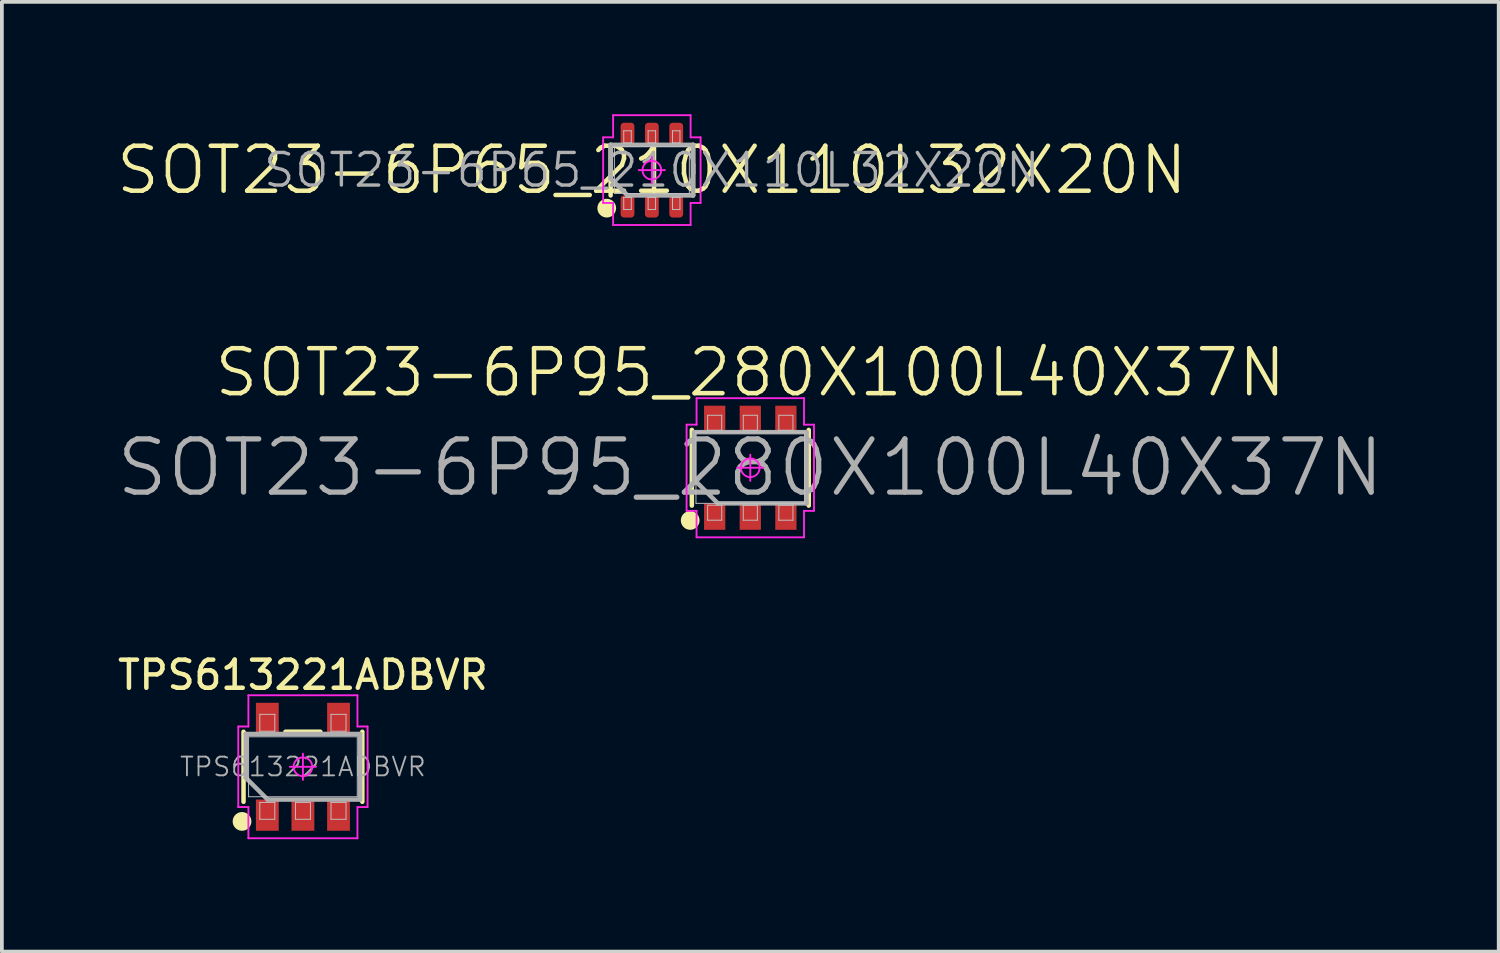
<source format=kicad_pcb>
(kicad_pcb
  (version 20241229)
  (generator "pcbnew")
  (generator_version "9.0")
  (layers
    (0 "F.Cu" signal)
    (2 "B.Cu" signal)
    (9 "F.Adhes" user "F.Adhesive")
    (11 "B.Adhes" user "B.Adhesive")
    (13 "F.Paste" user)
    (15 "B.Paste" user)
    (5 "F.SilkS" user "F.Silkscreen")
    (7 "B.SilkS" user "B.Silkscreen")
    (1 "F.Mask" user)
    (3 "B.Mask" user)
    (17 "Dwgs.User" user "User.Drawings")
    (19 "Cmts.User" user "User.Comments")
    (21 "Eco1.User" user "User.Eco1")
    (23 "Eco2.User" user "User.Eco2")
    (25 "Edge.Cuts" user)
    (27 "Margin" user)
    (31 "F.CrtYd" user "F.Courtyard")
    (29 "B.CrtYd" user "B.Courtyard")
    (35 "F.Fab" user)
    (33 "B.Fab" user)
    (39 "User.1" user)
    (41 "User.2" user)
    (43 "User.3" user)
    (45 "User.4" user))
  (footprint "TPS613221ADBVR"
    (layer "F.Cu")
    (at 5.034 17.413)
    (property "Reference" "TPS613221ADBVR" (at 0 -2.45 0) (layer "F.SilkS") (effects (font (size 0.75 0.75) (thickness 0.12))))
    (attr smd)
    (fp_line (start -1.585 0.935) (end -1.585 -0.935) (stroke (width 0.12) (type solid)) (layer "F.SilkS"))
    (fp_line (start 0.466 -0.935) (end -0.466 -0.935) (stroke (width 0.12) (type solid)) (layer "F.SilkS"))
    (fp_line (start 1.585 -0.935) (end 1.585 0.935) (stroke (width 0.12) (type solid)) (layer "F.SilkS"))
    (fp_circle (center -1.625 1.458) (end -1.625 1.583) (stroke (width 0.25) (type solid)) (fill no) (layer "F.SilkS"))
    (fp_line (start -1.45 -0.8) (end 1.45 -0.8) (stroke (width 0.025) (type solid)) (layer "Dwgs.User"))
    (fp_line (start -1.45 0.8) (end -1.45 -0.8) (stroke (width 0.025) (type solid)) (layer "Dwgs.User"))
    (fp_line (start -1.15 -1.4) (end -0.75 -1.4) (stroke (width 0.025) (type solid)) (layer "Dwgs.User"))
    (fp_line (start -1.15 -0.95) (end -1.15 -1.4) (stroke (width 0.025) (type solid)) (layer "Dwgs.User"))
    (fp_line (start -1.15 0.95) (end -0.75 0.95) (stroke (width 0.025) (type solid)) (layer "Dwgs.User"))
    (fp_line (start -1.15 1.4) (end -1.15 0.95) (stroke (width 0.025) (type solid)) (layer "Dwgs.User"))
    (fp_line (start -0.75 -1.4) (end -0.75 -0.95) (stroke (width 0.025) (type solid)) (layer "Dwgs.User"))
    (fp_line (start -0.75 -0.95) (end -1.15 -0.95) (stroke (width 0.025) (type solid)) (layer "Dwgs.User"))
    (fp_line (start -0.75 0.95) (end -0.75 1.4) (stroke (width 0.025) (type solid)) (layer "Dwgs.User"))
    (fp_line (start -0.75 1.4) (end -1.15 1.4) (stroke (width 0.025) (type solid)) (layer "Dwgs.User"))
    (fp_line (start -0.2 0.95) (end 0.2 0.95) (stroke (width 0.025) (type solid)) (layer "Dwgs.User"))
    (fp_line (start -0.2 1.4) (end -0.2 0.95) (stroke (width 0.025) (type solid)) (layer "Dwgs.User"))
    (fp_line (start 0.2 0.95) (end 0.2 1.4) (stroke (width 0.025) (type solid)) (layer "Dwgs.User"))
    (fp_line (start 0.2 1.4) (end -0.2 1.4) (stroke (width 0.025) (type solid)) (layer "Dwgs.User"))
    (fp_line (start 0.75 -1.4) (end 1.15 -1.4) (stroke (width 0.025) (type solid)) (layer "Dwgs.User"))
    (fp_line (start 0.75 -0.95) (end 0.75 -1.4) (stroke (width 0.025) (type solid)) (layer "Dwgs.User"))
    (fp_line (start 0.75 0.95) (end 1.15 0.95) (stroke (width 0.025) (type solid)) (layer "Dwgs.User"))
    (fp_line (start 0.75 1.4) (end 0.75 0.95) (stroke (width 0.025) (type solid)) (layer "Dwgs.User"))
    (fp_line (start 1.15 -1.4) (end 1.15 -0.95) (stroke (width 0.025) (type solid)) (layer "Dwgs.User"))
    (fp_line (start 1.15 -0.95) (end 0.75 -0.95) (stroke (width 0.025) (type solid)) (layer "Dwgs.User"))
    (fp_line (start 1.15 0.95) (end 1.15 1.4) (stroke (width 0.025) (type solid)) (layer "Dwgs.User"))
    (fp_line (start 1.15 1.4) (end 0.75 1.4) (stroke (width 0.025) (type solid)) (layer "Dwgs.User"))
    (fp_line (start 1.45 -0.8) (end 1.45 0.8) (stroke (width 0.025) (type solid)) (layer "Dwgs.User"))
    (fp_line (start 1.45 0.8) (end -1.45 0.8) (stroke (width 0.025) (type solid)) (layer "Dwgs.User"))
    (fp_line (start -1.725 -1.075) (end -1.725 1.075) (stroke (width 0.05) (type solid)) (layer "F.CrtYd"))
    (fp_line (start -1.725 1.075) (end -1.455 1.075) (stroke (width 0.05) (type solid)) (layer "F.CrtYd"))
    (fp_line (start -1.455 -1.908) (end -1.455 -1.075) (stroke (width 0.05) (type solid)) (layer "F.CrtYd"))
    (fp_line (start -1.455 -1.075) (end -1.725 -1.075) (stroke (width 0.05) (type solid)) (layer "F.CrtYd"))
    (fp_line (start -1.455 1.075) (end -1.455 1.908) (stroke (width 0.05) (type solid)) (layer "F.CrtYd"))
    (fp_line (start -1.455 1.908) (end 1.455 1.908) (stroke (width 0.05) (type solid)) (layer "F.CrtYd"))
    (fp_line (start -0.35 0) (end 0.35 0) (stroke (width 0.05) (type solid)) (layer "F.CrtYd"))
    (fp_line (start 0 -0.35) (end 0 0.35) (stroke (width 0.05) (type solid)) (layer "F.CrtYd"))
    (fp_line (start 1.455 -1.908) (end -1.455 -1.908) (stroke (width 0.05) (type solid)) (layer "F.CrtYd"))
    (fp_line (start 1.455 -1.075) (end 1.455 -1.908) (stroke (width 0.05) (type solid)) (layer "F.CrtYd"))
    (fp_line (start 1.455 1.075) (end 1.725 1.075) (stroke (width 0.05) (type solid)) (layer "F.CrtYd"))
    (fp_line (start 1.455 1.908) (end 1.455 1.075) (stroke (width 0.05) (type solid)) (layer "F.CrtYd"))
    (fp_line (start 1.725 -1.075) (end 1.455 -1.075) (stroke (width 0.05) (type solid)) (layer "F.CrtYd"))
    (fp_line (start 1.725 1.075) (end 1.725 -1.075) (stroke (width 0.05) (type solid)) (layer "F.CrtYd"))
    (fp_circle (center 0 0) (end 0 0.25) (stroke (width 0.05) (type solid)) (fill no) (layer "F.CrtYd"))
    (fp_line (start -1.525 -0.875) (end 1.525 -0.875) (stroke (width 0.12) (type solid)) (layer "F.Fab"))
    (fp_line (start -1.525 0.292) (end -1.525 -0.875) (stroke (width 0.12) (type solid)) (layer "F.Fab"))
    (fp_line (start -0.942 0.875) (end -1.525 0.292) (stroke (width 0.12) (type solid)) (layer "F.Fab"))
    (fp_line (start 1.525 -0.875) (end 1.525 0.875) (stroke (width 0.12) (type solid)) (layer "F.Fab"))
    (fp_line (start 1.525 0.875) (end -0.942 0.875) (stroke (width 0.12) (type solid)) (layer "F.Fab"))
    (fp_text user "${REFERENCE}" (at 0 0 0) (layer "F.Fab") (effects (font (size 0.5 0.5) (thickness 0.05))))
    (pad "1" smd rect (at -0.95 1.291 90) (size 0.833 0.609) (layers "F.Cu" "F.Mask" "F.Paste"))
    (pad "2" smd rect (at 0 1.291 90) (size 0.833 0.609) (layers "F.Cu" "F.Mask" "F.Paste"))
    (pad "3" smd rect (at 0.95 1.291 90) (size 0.833 0.609) (layers "F.Cu" "F.Mask" "F.Paste"))
    (pad "4" smd rect (at 0.95 -1.291 90) (size 0.833 0.609) (layers "F.Cu" "F.Mask" "F.Paste"))
    (pad "5" smd rect (at -0.95 -1.291 90) (size 0.833 0.609) (layers "F.Cu" "F.Mask" "F.Paste")))
  (footprint "SOT23-6P65_210X110L32X20N"
    (layer "F.Cu")
    (at 14.346 1.49)
    (property "Reference" "SOT23-6P65_210X110L32X20N" (at 0 0 0) (layer "F.SilkS") (effects (font (size 1.2 1.2) (thickness 0.12))))
    (attr smd)
    (fp_line (start -1.1 0.675) (end -1.1 -0.675) (stroke (width 0.12) (type solid)) (layer "F.SilkS"))
    (fp_line (start 1.1 -0.675) (end 1.1 0.675) (stroke (width 0.12) (type solid)) (layer "F.SilkS"))
    (fp_circle (center -1.204 1.015) (end -1.204 1.14) (stroke (width 0.25) (type solid)) (fill no) (layer "F.SilkS"))
    (fp_line (start -1 -0.625) (end 1 -0.625) (stroke (width 0.025) (type solid)) (layer "Dwgs.User"))
    (fp_line (start -1 0.625) (end -1 -0.625) (stroke (width 0.025) (type solid)) (layer "Dwgs.User"))
    (fp_line (start -0.75 -1.05) (end -0.55 -1.05) (stroke (width 0.025) (type solid)) (layer "Dwgs.User"))
    (fp_line (start -0.75 -0.726) (end -0.75 -1.05) (stroke (width 0.025) (type solid)) (layer "Dwgs.User"))
    (fp_line (start -0.75 0.726) (end -0.55 0.726) (stroke (width 0.025) (type solid)) (layer "Dwgs.User"))
    (fp_line (start -0.75 1.05) (end -0.75 0.726) (stroke (width 0.025) (type solid)) (layer "Dwgs.User"))
    (fp_line (start -0.55 -1.05) (end -0.55 -0.726) (stroke (width 0.025) (type solid)) (layer "Dwgs.User"))
    (fp_line (start -0.55 -0.726) (end -0.75 -0.726) (stroke (width 0.025) (type solid)) (layer "Dwgs.User"))
    (fp_line (start -0.55 0.726) (end -0.55 1.05) (stroke (width 0.025) (type solid)) (layer "Dwgs.User"))
    (fp_line (start -0.55 1.05) (end -0.75 1.05) (stroke (width 0.025) (type solid)) (layer "Dwgs.User"))
    (fp_line (start -0.1 -1.05) (end 0.1 -1.05) (stroke (width 0.025) (type solid)) (layer "Dwgs.User"))
    (fp_line (start -0.1 -0.726) (end -0.1 -1.05) (stroke (width 0.025) (type solid)) (layer "Dwgs.User"))
    (fp_line (start -0.1 0.726) (end 0.1 0.726) (stroke (width 0.025) (type solid)) (layer "Dwgs.User"))
    (fp_line (start -0.1 1.05) (end -0.1 0.726) (stroke (width 0.025) (type solid)) (layer "Dwgs.User"))
    (fp_line (start 0.1 -1.05) (end 0.1 -0.726) (stroke (width 0.025) (type solid)) (layer "Dwgs.User"))
    (fp_line (start 0.1 -0.726) (end -0.1 -0.726) (stroke (width 0.025) (type solid)) (layer "Dwgs.User"))
    (fp_line (start 0.1 0.726) (end 0.1 1.05) (stroke (width 0.025) (type solid)) (layer "Dwgs.User"))
    (fp_line (start 0.1 1.05) (end -0.1 1.05) (stroke (width 0.025) (type solid)) (layer "Dwgs.User"))
    (fp_line (start 0.55 -1.05) (end 0.75 -1.05) (stroke (width 0.025) (type solid)) (layer "Dwgs.User"))
    (fp_line (start 0.55 -0.726) (end 0.55 -1.05) (stroke (width 0.025) (type solid)) (layer "Dwgs.User"))
    (fp_line (start 0.55 0.726) (end 0.75 0.726) (stroke (width 0.025) (type solid)) (layer "Dwgs.User"))
    (fp_line (start 0.55 1.05) (end 0.55 0.726) (stroke (width 0.025) (type solid)) (layer "Dwgs.User"))
    (fp_line (start 0.75 -1.05) (end 0.75 -0.726) (stroke (width 0.025) (type solid)) (layer "Dwgs.User"))
    (fp_line (start 0.75 -0.726) (end 0.55 -0.726) (stroke (width 0.025) (type solid)) (layer "Dwgs.User"))
    (fp_line (start 0.75 0.726) (end 0.75 1.05) (stroke (width 0.025) (type solid)) (layer "Dwgs.User"))
    (fp_line (start 0.75 1.05) (end 0.55 1.05) (stroke (width 0.025) (type solid)) (layer "Dwgs.User"))
    (fp_line (start 1 -0.625) (end 1 0.625) (stroke (width 0.025) (type solid)) (layer "Dwgs.User"))
    (fp_line (start 1 0.625) (end -1 0.625) (stroke (width 0.025) (type solid)) (layer "Dwgs.User"))
    (fp_line (start -1.3 -0.875) (end -1.3 0.875) (stroke (width 0.05) (type solid)) (layer "F.CrtYd"))
    (fp_line (start -1.3 0.875) (end -1.034 0.875) (stroke (width 0.05) (type solid)) (layer "F.CrtYd"))
    (fp_line (start -1.034 -1.465) (end -1.034 -0.875) (stroke (width 0.05) (type solid)) (layer "F.CrtYd"))
    (fp_line (start -1.034 -0.875) (end -1.3 -0.875) (stroke (width 0.05) (type solid)) (layer "F.CrtYd"))
    (fp_line (start -1.034 0.875) (end -1.034 1.465) (stroke (width 0.05) (type solid)) (layer "F.CrtYd"))
    (fp_line (start -1.034 1.465) (end 1.034 1.465) (stroke (width 0.05) (type solid)) (layer "F.CrtYd"))
    (fp_line (start -0.35 0) (end 0.35 0) (stroke (width 0.05) (type solid)) (layer "F.CrtYd"))
    (fp_line (start 0 -0.35) (end 0 0.35) (stroke (width 0.05) (type solid)) (layer "F.CrtYd"))
    (fp_line (start 1.034 -1.465) (end -1.034 -1.465) (stroke (width 0.05) (type solid)) (layer "F.CrtYd"))
    (fp_line (start 1.034 -0.875) (end 1.034 -1.465) (stroke (width 0.05) (type solid)) (layer "F.CrtYd"))
    (fp_line (start 1.034 0.875) (end 1.3 0.875) (stroke (width 0.05) (type solid)) (layer "F.CrtYd"))
    (fp_line (start 1.034 1.465) (end 1.034 0.875) (stroke (width 0.05) (type solid)) (layer "F.CrtYd"))
    (fp_line (start 1.3 -0.875) (end 1.034 -0.875) (stroke (width 0.05) (type solid)) (layer "F.CrtYd"))
    (fp_line (start 1.3 0.875) (end 1.3 -0.875) (stroke (width 0.05) (type solid)) (layer "F.CrtYd"))
    (fp_circle (center 0 0) (end 0 0.25) (stroke (width 0.05) (type solid)) (fill no) (layer "F.CrtYd"))
    (fp_line (start -1.1 -0.675) (end 1.1 -0.675) (stroke (width 0.12) (type solid)) (layer "F.Fab"))
    (fp_line (start -1.1 0.225) (end -1.1 -0.675) (stroke (width 0.12) (type solid)) (layer "F.Fab"))
    (fp_line (start -0.65 0.675) (end -1.1 0.225) (stroke (width 0.12) (type solid)) (layer "F.Fab"))
    (fp_line (start 1.1 -0.675) (end 1.1 0.675) (stroke (width 0.12) (type solid)) (layer "F.Fab"))
    (fp_line (start 1.1 0.675) (end -0.65 0.675) (stroke (width 0.12) (type solid)) (layer "F.Fab"))
    (fp_text user "${REFERENCE}" (at 0 0 0) (layer "F.Fab") (effects (font (size 0.87 0.87) (thickness 0.09))))
    (pad "1" smd roundrect (at -0.65 0.97 90) (size 0.59 0.369) (layers "F.Cu" "F.Mask" "F.Paste") (roundrect_rratio 0.249))
    (pad "2" smd roundrect (at 0 0.97 90) (size 0.59 0.369) (layers "F.Cu" "F.Mask" "F.Paste") (roundrect_rratio 0.249))
    (pad "3" smd roundrect (at 0.65 0.97 90) (size 0.59 0.369) (layers "F.Cu" "F.Mask" "F.Paste") (roundrect_rratio 0.249))
    (pad "4" smd roundrect (at 0.65 -0.97 90) (size 0.59 0.369) (layers "F.Cu" "F.Mask" "F.Paste") (roundrect_rratio 0.249))
    (pad "5" smd roundrect (at 0 -0.97 90) (size 0.59 0.369) (layers "F.Cu" "F.Mask" "F.Paste") (roundrect_rratio 0.249))
    (pad "6" smd roundrect (at -0.65 -0.97 90) (size 0.59 0.369) (layers "F.Cu" "F.Mask" "F.Paste") (roundrect_rratio 0.249)))
  (footprint "SOT23-6P95_280X100L40X37N"
    (layer "F.Cu")
    (at 16.973 9.433)
    (property "Reference" "SOT23-6P95_280X100L40X37N" (at 0 -2.54 0) (layer "F.SilkS") (effects (font (size 1.2 1.2) (thickness 0.12))))
    (attr smd)
    (fp_line (start -1.56 1.01) (end -1.56 -1.01) (stroke (width 0.12) (type solid)) (layer "F.SilkS"))
    (fp_line (start 1.56 -1.01) (end 1.56 1.01) (stroke (width 0.12) (type solid)) (layer "F.SilkS"))
    (fp_circle (center -1.604 1.406) (end -1.604 1.531) (stroke (width 0.25) (type solid)) (fill no) (layer "F.SilkS"))
    (fp_line (start -1.45 -0.95) (end 1.45 -0.95) (stroke (width 0.025) (type solid)) (layer "Dwgs.User"))
    (fp_line (start -1.45 0.95) (end -1.45 -0.95) (stroke (width 0.025) (type solid)) (layer "Dwgs.User"))
    (fp_line (start -1.138 -1.4) (end -0.762 -1.4) (stroke (width 0.025) (type solid)) (layer "Dwgs.User"))
    (fp_line (start -1.138 -1) (end -1.138 -1.4) (stroke (width 0.025) (type solid)) (layer "Dwgs.User"))
    (fp_line (start -1.138 1) (end -0.762 1) (stroke (width 0.025) (type solid)) (layer "Dwgs.User"))
    (fp_line (start -1.138 1.4) (end -1.138 1) (stroke (width 0.025) (type solid)) (layer "Dwgs.User"))
    (fp_line (start -0.762 -1.4) (end -0.762 -1) (stroke (width 0.025) (type solid)) (layer "Dwgs.User"))
    (fp_line (start -0.762 -1) (end -1.138 -1) (stroke (width 0.025) (type solid)) (layer "Dwgs.User"))
    (fp_line (start -0.762 1) (end -0.762 1.4) (stroke (width 0.025) (type solid)) (layer "Dwgs.User"))
    (fp_line (start -0.762 1.4) (end -1.138 1.4) (stroke (width 0.025) (type solid)) (layer "Dwgs.User"))
    (fp_line (start -0.188 -1.4) (end 0.188 -1.4) (stroke (width 0.025) (type solid)) (layer "Dwgs.User"))
    (fp_line (start -0.188 -1) (end -0.188 -1.4) (stroke (width 0.025) (type solid)) (layer "Dwgs.User"))
    (fp_line (start -0.188 1) (end 0.188 1) (stroke (width 0.025) (type solid)) (layer "Dwgs.User"))
    (fp_line (start -0.188 1.4) (end -0.188 1) (stroke (width 0.025) (type solid)) (layer "Dwgs.User"))
    (fp_line (start 0.188 -1.4) (end 0.188 -1) (stroke (width 0.025) (type solid)) (layer "Dwgs.User"))
    (fp_line (start 0.188 -1) (end -0.188 -1) (stroke (width 0.025) (type solid)) (layer "Dwgs.User"))
    (fp_line (start 0.188 1) (end 0.188 1.4) (stroke (width 0.025) (type solid)) (layer "Dwgs.User"))
    (fp_line (start 0.188 1.4) (end -0.188 1.4) (stroke (width 0.025) (type solid)) (layer "Dwgs.User"))
    (fp_line (start 0.762 -1.4) (end 1.138 -1.4) (stroke (width 0.025) (type solid)) (layer "Dwgs.User"))
    (fp_line (start 0.762 -1) (end 0.762 -1.4) (stroke (width 0.025) (type solid)) (layer "Dwgs.User"))
    (fp_line (start 0.762 1) (end 1.138 1) (stroke (width 0.025) (type solid)) (layer "Dwgs.User"))
    (fp_line (start 0.762 1.4) (end 0.762 1) (stroke (width 0.025) (type solid)) (layer "Dwgs.User"))
    (fp_line (start 1.138 -1.4) (end 1.138 -1) (stroke (width 0.025) (type solid)) (layer "Dwgs.User"))
    (fp_line (start 1.138 -1) (end 0.762 -1) (stroke (width 0.025) (type solid)) (layer "Dwgs.User"))
    (fp_line (start 1.138 1) (end 1.138 1.4) (stroke (width 0.025) (type solid)) (layer "Dwgs.User"))
    (fp_line (start 1.138 1.4) (end 0.762 1.4) (stroke (width 0.025) (type solid)) (layer "Dwgs.User"))
    (fp_line (start 1.45 -0.95) (end 1.45 0.95) (stroke (width 0.025) (type solid)) (layer "Dwgs.User"))
    (fp_line (start 1.45 0.95) (end -1.45 0.95) (stroke (width 0.025) (type solid)) (layer "Dwgs.User"))
    (fp_line (start -1.7 -1.15) (end -1.7 1.15) (stroke (width 0.05) (type solid)) (layer "F.CrtYd"))
    (fp_line (start -1.7 1.15) (end -1.434 1.15) (stroke (width 0.05) (type solid)) (layer "F.CrtYd"))
    (fp_line (start -1.434 -1.856) (end -1.434 -1.15) (stroke (width 0.05) (type solid)) (layer "F.CrtYd"))
    (fp_line (start -1.434 -1.15) (end -1.7 -1.15) (stroke (width 0.05) (type solid)) (layer "F.CrtYd"))
    (fp_line (start -1.434 1.15) (end -1.434 1.856) (stroke (width 0.05) (type solid)) (layer "F.CrtYd"))
    (fp_line (start -1.434 1.856) (end 1.434 1.856) (stroke (width 0.05) (type solid)) (layer "F.CrtYd"))
    (fp_line (start -0.35 0) (end 0.35 0) (stroke (width 0.05) (type solid)) (layer "F.CrtYd"))
    (fp_line (start 0 -0.35) (end 0 0.35) (stroke (width 0.05) (type solid)) (layer "F.CrtYd"))
    (fp_line (start 1.434 -1.856) (end -1.434 -1.856) (stroke (width 0.05) (type solid)) (layer "F.CrtYd"))
    (fp_line (start 1.434 -1.15) (end 1.434 -1.856) (stroke (width 0.05) (type solid)) (layer "F.CrtYd"))
    (fp_line (start 1.434 1.15) (end 1.7 1.15) (stroke (width 0.05) (type solid)) (layer "F.CrtYd"))
    (fp_line (start 1.434 1.856) (end 1.434 1.15) (stroke (width 0.05) (type solid)) (layer "F.CrtYd"))
    (fp_line (start 1.7 -1.15) (end 1.434 -1.15) (stroke (width 0.05) (type solid)) (layer "F.CrtYd"))
    (fp_line (start 1.7 1.15) (end 1.7 -1.15) (stroke (width 0.05) (type solid)) (layer "F.CrtYd"))
    (fp_circle (center 0 0) (end 0 0.25) (stroke (width 0.05) (type solid)) (fill no) (layer "F.CrtYd"))
    (fp_line (start -1.5 -0.95) (end 1.5 -0.95) (stroke (width 0.12) (type solid)) (layer "F.Fab"))
    (fp_line (start -1.5 0.317) (end -1.5 -0.95) (stroke (width 0.12) (type solid)) (layer "F.Fab"))
    (fp_line (start -0.867 0.95) (end -1.5 0.317) (stroke (width 0.12) (type solid)) (layer "F.Fab"))
    (fp_line (start 1.5 -0.95) (end 1.5 0.95) (stroke (width 0.12) (type solid)) (layer "F.Fab"))
    (fp_line (start 1.5 0.95) (end -0.867 0.95) (stroke (width 0.12) (type solid)) (layer "F.Fab"))
    (fp_text user "${REFERENCE}" (at 0 0 0) (layer "F.Fab") (effects (font (size 1.42 1.42) (thickness 0.14))))
    (pad "1" smd rect (at -0.95 1.303 90) (size 0.706 0.567) (layers "F.Cu" "F.Mask" "F.Paste"))
    (pad "2" smd rect (at 0 1.303 90) (size 0.706 0.567) (layers "F.Cu" "F.Mask" "F.Paste"))
    (pad "3" smd rect (at 0.95 1.303 90) (size 0.706 0.567) (layers "F.Cu" "F.Mask" "F.Paste"))
    (pad "4" smd rect (at 0.95 -1.303 90) (size 0.706 0.567) (layers "F.Cu" "F.Mask" "F.Paste"))
    (pad "5" smd rect (at 0 -1.303 90) (size 0.706 0.567) (layers "F.Cu" "F.Mask" "F.Paste"))
    (pad "6" smd rect (at -0.95 -1.303 90) (size 0.706 0.567) (layers "F.Cu" "F.Mask" "F.Paste")))
  (gr_rect
    (start -3 -3)
    (end 36.946 22.346)
    (stroke (width 0.1) (type default))
    (fill no)
    (layer "Edge.Cuts")))
</source>
